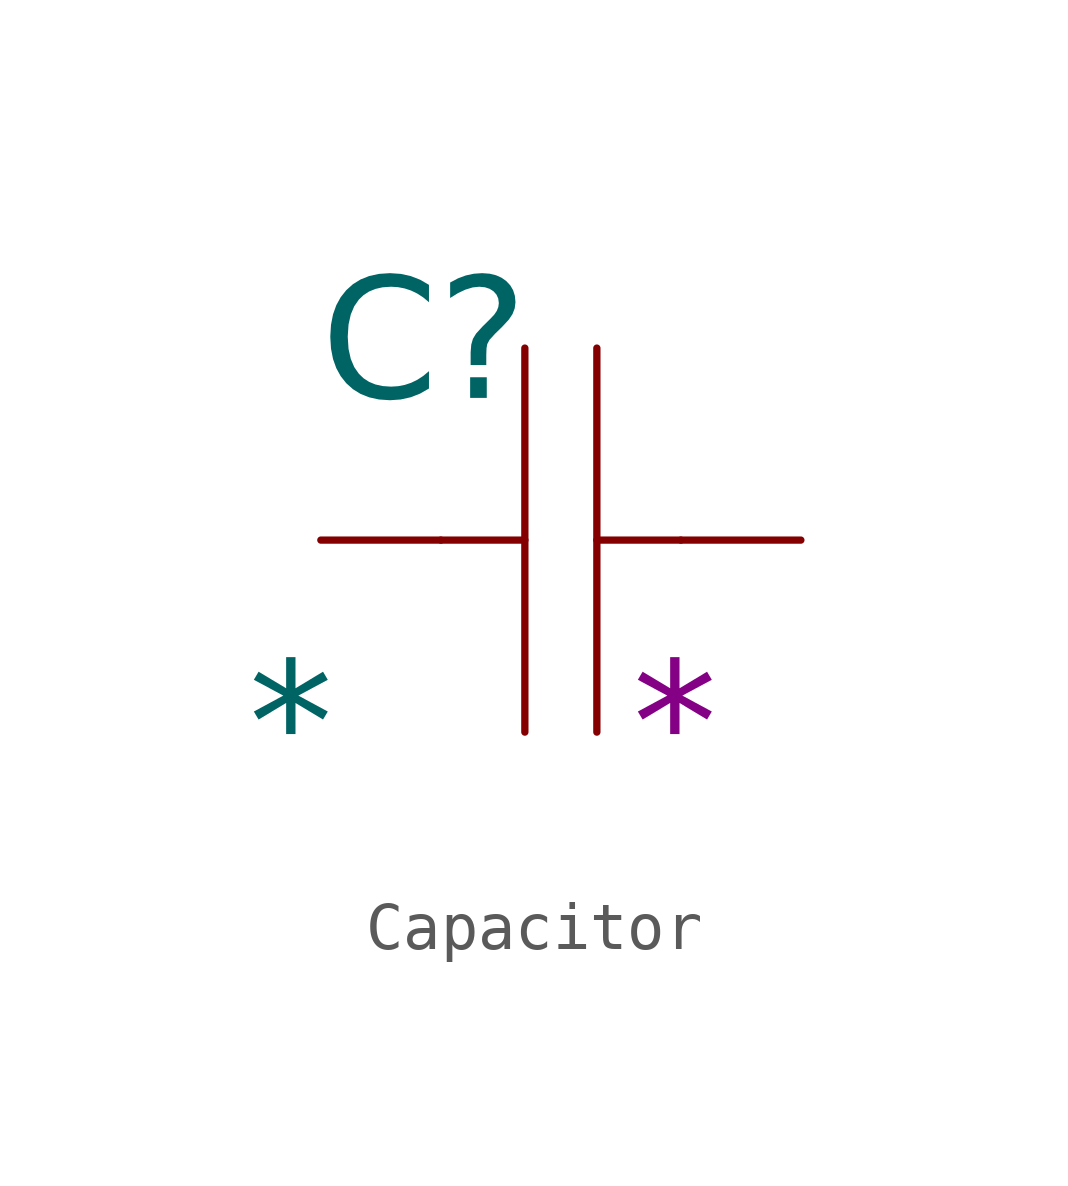
<source format=kicad_sym>
(kicad_symbol_lib
  (version 20220914)
  (generator kicad_symbol_editor)
  (symbol "Capacitor"
    (property "Reference" "C"
      (at 0 4 0)
      (effects (font (face "GOST type A") (size 2.5 2.5) italic) (justify left)))
    (property "Value" "*"
      (at -1.5 -4 0)
      (effects (font (face "GOST type A") (size 2.5 2.5) italic) (justify left)))
    (property "Voltage" "*"
      (at 6.5 -4 0)
      (effects (font (face "GOST type A") (size 2.5 2.5) italic) (justify left)))
    (symbol "Capacitor_0_1"
      (polyline (pts (xy 2.5 0) (xy 4.25 0)) (stroke (width 0) (type default)) (fill (type none)))
      (polyline (pts (xy 4.25 4) (xy 4.25 -4)) (stroke (width 0) (type default)) (fill (type none)))
      (polyline (pts (xy 5.75 0) (xy 7.5 0)) (stroke (width 0) (type default)) (fill (type none)))
      (polyline (pts (xy 5.75 4) (xy 5.75 -4)) (stroke (width 0) (type default)) (fill (type none))))
    (symbol "Capacitor_1_1"
      (pin passive line (at 0 0 0) (length 2.5) (name "" (effects (font (size 1.27 1.27)))) (number "" (effects (font (size 1.27 1.27)))))
      (pin passive line (at 10 0 180) (length 2.5) (name "" (effects (font (size 1.27 1.27)))) (number "" (effects (font (size 1.27 1.27))))))))
</source>
